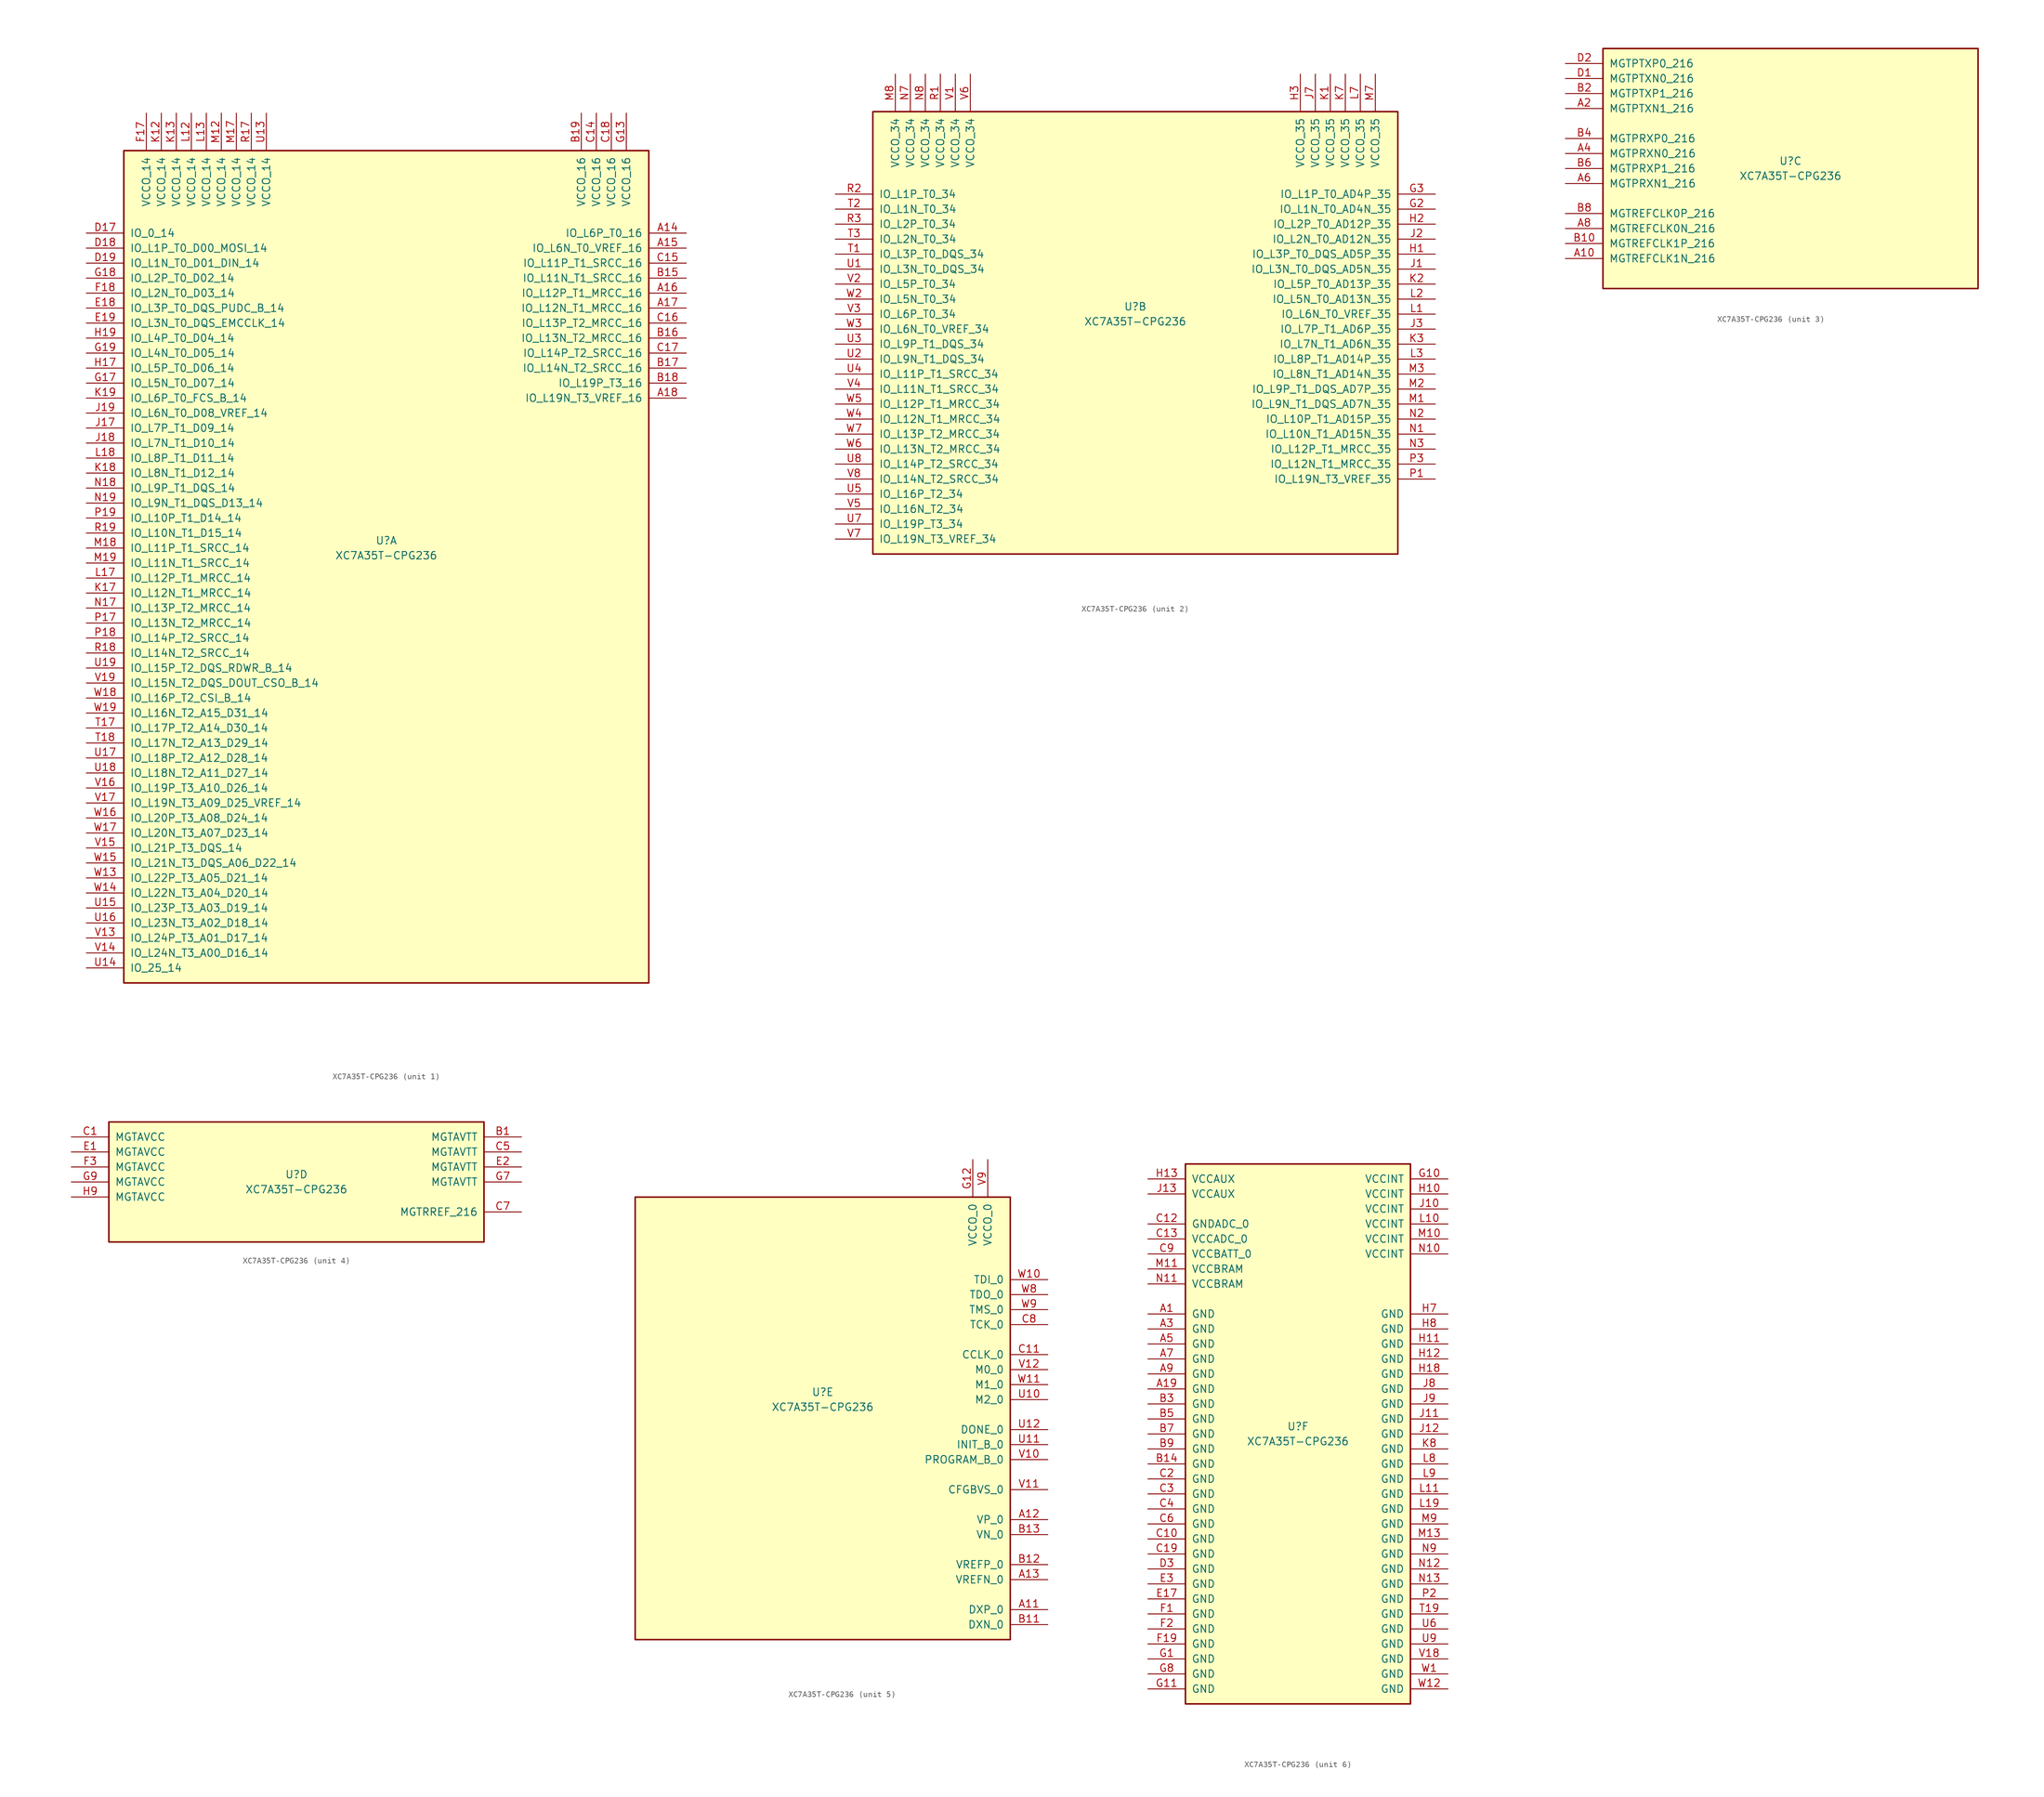
<source format=kicad_sym>
(kicad_symbol_lib
  (version 20231120)
  (generator "kicad_symbol_editor")
  (generator_version "8.0")
  (symbol "XC7A35T-CPG236"
    (pin_names
      (offset 1.016))
    (property "Reference" "U"
      (at 0 1.27 0)
      (effects (font (size 1.27 1.27))))
    (property "Value" "XC7A35T-CPG236"
      (at 0 -1.27 0)
      (effects (font (size 1.27 1.27))))
    (property "Datasheet" ""
      (at 0 0 0)
      (effects (font (size 1.27 1.27))))
    (property "ki_locked" ""
      (at 0 0 0)
      (effects (font (size 1.27 1.27))))
    (symbol "XC7A35T-CPG236_1_1"
      (rectangle (start -44.45 67.31) (end 44.45 -73.66) (stroke (width 0.254) (type solid)) (fill (type background)))
      (pin bidirectional line (at 50.8 53.34 180) (length 6.35) (name "IO_L6P_T0_16" (effects (font (size 1.27 1.27)))) (number "A14" (effects (font (size 1.27 1.27)))))
      (pin bidirectional line (at 50.8 50.8 180) (length 6.35) (name "IO_L6N_T0_VREF_16" (effects (font (size 1.27 1.27)))) (number "A15" (effects (font (size 1.27 1.27)))))
      (pin bidirectional line (at 50.8 43.18 180) (length 6.35) (name "IO_L12P_T1_MRCC_16" (effects (font (size 1.27 1.27)))) (number "A16" (effects (font (size 1.27 1.27)))))
      (pin bidirectional line (at 50.8 40.64 180) (length 6.35) (name "IO_L12N_T1_MRCC_16" (effects (font (size 1.27 1.27)))) (number "A17" (effects (font (size 1.27 1.27)))))
      (pin bidirectional line (at 50.8 25.4 180) (length 6.35) (name "IO_L19N_T3_VREF_16" (effects (font (size 1.27 1.27)))) (number "A18" (effects (font (size 1.27 1.27)))))
      (pin bidirectional line (at 50.8 45.72 180) (length 6.35) (name "IO_L11N_T1_SRCC_16" (effects (font (size 1.27 1.27)))) (number "B15" (effects (font (size 1.27 1.27)))))
      (pin bidirectional line (at 50.8 35.56 180) (length 6.35) (name "IO_L13N_T2_MRCC_16" (effects (font (size 1.27 1.27)))) (number "B16" (effects (font (size 1.27 1.27)))))
      (pin bidirectional line (at 50.8 30.48 180) (length 6.35) (name "IO_L14N_T2_SRCC_16" (effects (font (size 1.27 1.27)))) (number "B17" (effects (font (size 1.27 1.27)))))
      (pin bidirectional line (at 50.8 27.94 180) (length 6.35) (name "IO_L19P_T3_16" (effects (font (size 1.27 1.27)))) (number "B18" (effects (font (size 1.27 1.27)))))
      (pin power_in line (at 33.02 73.66 270) (length 6.35) (name "VCCO_16" (effects (font (size 1.27 1.27)))) (number "B19" (effects (font (size 1.27 1.27)))))
      (pin power_in line (at 35.56 73.66 270) (length 6.35) (name "VCCO_16" (effects (font (size 1.27 1.27)))) (number "C14" (effects (font (size 1.27 1.27)))))
      (pin bidirectional line (at 50.8 48.26 180) (length 6.35) (name "IO_L11P_T1_SRCC_16" (effects (font (size 1.27 1.27)))) (number "C15" (effects (font (size 1.27 1.27)))))
      (pin bidirectional line (at 50.8 38.1 180) (length 6.35) (name "IO_L13P_T2_MRCC_16" (effects (font (size 1.27 1.27)))) (number "C16" (effects (font (size 1.27 1.27)))))
      (pin bidirectional line (at 50.8 33.02 180) (length 6.35) (name "IO_L14P_T2_SRCC_16" (effects (font (size 1.27 1.27)))) (number "C17" (effects (font (size 1.27 1.27)))))
      (pin power_in line (at 38.1 73.66 270) (length 6.35) (name "VCCO_16" (effects (font (size 1.27 1.27)))) (number "C18" (effects (font (size 1.27 1.27)))))
      (pin bidirectional line (at -50.8 53.34 0) (length 6.35) (name "IO_0_14" (effects (font (size 1.27 1.27)))) (number "D17" (effects (font (size 1.27 1.27)))))
      (pin bidirectional line (at -50.8 50.8 0) (length 6.35) (name "IO_L1P_T0_D00_MOSI_14" (effects (font (size 1.27 1.27)))) (number "D18" (effects (font (size 1.27 1.27)))))
      (pin bidirectional line (at -50.8 48.26 0) (length 6.35) (name "IO_L1N_T0_D01_DIN_14" (effects (font (size 1.27 1.27)))) (number "D19" (effects (font (size 1.27 1.27)))))
      (pin bidirectional line (at -50.8 40.64 0) (length 6.35) (name "IO_L3P_T0_DQS_PUDC_B_14" (effects (font (size 1.27 1.27)))) (number "E18" (effects (font (size 1.27 1.27)))))
      (pin bidirectional line (at -50.8 38.1 0) (length 6.35) (name "IO_L3N_T0_DQS_EMCCLK_14" (effects (font (size 1.27 1.27)))) (number "E19" (effects (font (size 1.27 1.27)))))
      (pin power_in line (at -40.64 73.66 270) (length 6.35) (name "VCCO_14" (effects (font (size 1.27 1.27)))) (number "F17" (effects (font (size 1.27 1.27)))))
      (pin bidirectional line (at -50.8 43.18 0) (length 6.35) (name "IO_L2N_T0_D03_14" (effects (font (size 1.27 1.27)))) (number "F18" (effects (font (size 1.27 1.27)))))
      (pin power_in line (at 40.64 73.66 270) (length 6.35) (name "VCCO_16" (effects (font (size 1.27 1.27)))) (number "G13" (effects (font (size 1.27 1.27)))))
      (pin bidirectional line (at -50.8 27.94 0) (length 6.35) (name "IO_L5N_T0_D07_14" (effects (font (size 1.27 1.27)))) (number "G17" (effects (font (size 1.27 1.27)))))
      (pin bidirectional line (at -50.8 45.72 0) (length 6.35) (name "IO_L2P_T0_D02_14" (effects (font (size 1.27 1.27)))) (number "G18" (effects (font (size 1.27 1.27)))))
      (pin bidirectional line (at -50.8 33.02 0) (length 6.35) (name "IO_L4N_T0_D05_14" (effects (font (size 1.27 1.27)))) (number "G19" (effects (font (size 1.27 1.27)))))
      (pin bidirectional line (at -50.8 30.48 0) (length 6.35) (name "IO_L5P_T0_D06_14" (effects (font (size 1.27 1.27)))) (number "H17" (effects (font (size 1.27 1.27)))))
      (pin bidirectional line (at -50.8 35.56 0) (length 6.35) (name "IO_L4P_T0_D04_14" (effects (font (size 1.27 1.27)))) (number "H19" (effects (font (size 1.27 1.27)))))
      (pin bidirectional line (at -50.8 20.32 0) (length 6.35) (name "IO_L7P_T1_D09_14" (effects (font (size 1.27 1.27)))) (number "J17" (effects (font (size 1.27 1.27)))))
      (pin bidirectional line (at -50.8 17.78 0) (length 6.35) (name "IO_L7N_T1_D10_14" (effects (font (size 1.27 1.27)))) (number "J18" (effects (font (size 1.27 1.27)))))
      (pin bidirectional line (at -50.8 22.86 0) (length 6.35) (name "IO_L6N_T0_D08_VREF_14" (effects (font (size 1.27 1.27)))) (number "J19" (effects (font (size 1.27 1.27)))))
      (pin power_in line (at -38.1 73.66 270) (length 6.35) (name "VCCO_14" (effects (font (size 1.27 1.27)))) (number "K12" (effects (font (size 1.27 1.27)))))
      (pin power_in line (at -35.56 73.66 270) (length 6.35) (name "VCCO_14" (effects (font (size 1.27 1.27)))) (number "K13" (effects (font (size 1.27 1.27)))))
      (pin bidirectional line (at -50.8 -7.62 0) (length 6.35) (name "IO_L12N_T1_MRCC_14" (effects (font (size 1.27 1.27)))) (number "K17" (effects (font (size 1.27 1.27)))))
      (pin bidirectional line (at -50.8 12.7 0) (length 6.35) (name "IO_L8N_T1_D12_14" (effects (font (size 1.27 1.27)))) (number "K18" (effects (font (size 1.27 1.27)))))
      (pin bidirectional line (at -50.8 25.4 0) (length 6.35) (name "IO_L6P_T0_FCS_B_14" (effects (font (size 1.27 1.27)))) (number "K19" (effects (font (size 1.27 1.27)))))
      (pin power_in line (at -33.02 73.66 270) (length 6.35) (name "VCCO_14" (effects (font (size 1.27 1.27)))) (number "L12" (effects (font (size 1.27 1.27)))))
      (pin power_in line (at -30.48 73.66 270) (length 6.35) (name "VCCO_14" (effects (font (size 1.27 1.27)))) (number "L13" (effects (font (size 1.27 1.27)))))
      (pin bidirectional line (at -50.8 -5.08 0) (length 6.35) (name "IO_L12P_T1_MRCC_14" (effects (font (size 1.27 1.27)))) (number "L17" (effects (font (size 1.27 1.27)))))
      (pin bidirectional line (at -50.8 15.24 0) (length 6.35) (name "IO_L8P_T1_D11_14" (effects (font (size 1.27 1.27)))) (number "L18" (effects (font (size 1.27 1.27)))))
      (pin power_in line (at -27.94 73.66 270) (length 6.35) (name "VCCO_14" (effects (font (size 1.27 1.27)))) (number "M12" (effects (font (size 1.27 1.27)))))
      (pin power_in line (at -25.4 73.66 270) (length 6.35) (name "VCCO_14" (effects (font (size 1.27 1.27)))) (number "M17" (effects (font (size 1.27 1.27)))))
      (pin bidirectional line (at -50.8 0 0) (length 6.35) (name "IO_L11P_T1_SRCC_14" (effects (font (size 1.27 1.27)))) (number "M18" (effects (font (size 1.27 1.27)))))
      (pin bidirectional line (at -50.8 -2.54 0) (length 6.35) (name "IO_L11N_T1_SRCC_14" (effects (font (size 1.27 1.27)))) (number "M19" (effects (font (size 1.27 1.27)))))
      (pin bidirectional line (at -50.8 -10.16 0) (length 6.35) (name "IO_L13P_T2_MRCC_14" (effects (font (size 1.27 1.27)))) (number "N17" (effects (font (size 1.27 1.27)))))
      (pin bidirectional line (at -50.8 10.16 0) (length 6.35) (name "IO_L9P_T1_DQS_14" (effects (font (size 1.27 1.27)))) (number "N18" (effects (font (size 1.27 1.27)))))
      (pin bidirectional line (at -50.8 7.62 0) (length 6.35) (name "IO_L9N_T1_DQS_D13_14" (effects (font (size 1.27 1.27)))) (number "N19" (effects (font (size 1.27 1.27)))))
      (pin bidirectional line (at -50.8 -12.7 0) (length 6.35) (name "IO_L13N_T2_MRCC_14" (effects (font (size 1.27 1.27)))) (number "P17" (effects (font (size 1.27 1.27)))))
      (pin bidirectional line (at -50.8 -15.24 0) (length 6.35) (name "IO_L14P_T2_SRCC_14" (effects (font (size 1.27 1.27)))) (number "P18" (effects (font (size 1.27 1.27)))))
      (pin bidirectional line (at -50.8 5.08 0) (length 6.35) (name "IO_L10P_T1_D14_14" (effects (font (size 1.27 1.27)))) (number "P19" (effects (font (size 1.27 1.27)))))
      (pin power_in line (at -22.86 73.66 270) (length 6.35) (name "VCCO_14" (effects (font (size 1.27 1.27)))) (number "R17" (effects (font (size 1.27 1.27)))))
      (pin bidirectional line (at -50.8 -17.78 0) (length 6.35) (name "IO_L14N_T2_SRCC_14" (effects (font (size 1.27 1.27)))) (number "R18" (effects (font (size 1.27 1.27)))))
      (pin bidirectional line (at -50.8 2.54 0) (length 6.35) (name "IO_L10N_T1_D15_14" (effects (font (size 1.27 1.27)))) (number "R19" (effects (font (size 1.27 1.27)))))
      (pin bidirectional line (at -50.8 -30.48 0) (length 6.35) (name "IO_L17P_T2_A14_D30_14" (effects (font (size 1.27 1.27)))) (number "T17" (effects (font (size 1.27 1.27)))))
      (pin bidirectional line (at -50.8 -33.02 0) (length 6.35) (name "IO_L17N_T2_A13_D29_14" (effects (font (size 1.27 1.27)))) (number "T18" (effects (font (size 1.27 1.27)))))
      (pin power_in line (at -20.32 73.66 270) (length 6.35) (name "VCCO_14" (effects (font (size 1.27 1.27)))) (number "U13" (effects (font (size 1.27 1.27)))))
      (pin bidirectional line (at -50.8 -71.12 0) (length 6.35) (name "IO_25_14" (effects (font (size 1.27 1.27)))) (number "U14" (effects (font (size 1.27 1.27)))))
      (pin bidirectional line (at -50.8 -60.96 0) (length 6.35) (name "IO_L23P_T3_A03_D19_14" (effects (font (size 1.27 1.27)))) (number "U15" (effects (font (size 1.27 1.27)))))
      (pin bidirectional line (at -50.8 -63.5 0) (length 6.35) (name "IO_L23N_T3_A02_D18_14" (effects (font (size 1.27 1.27)))) (number "U16" (effects (font (size 1.27 1.27)))))
      (pin bidirectional line (at -50.8 -35.56 0) (length 6.35) (name "IO_L18P_T2_A12_D28_14" (effects (font (size 1.27 1.27)))) (number "U17" (effects (font (size 1.27 1.27)))))
      (pin bidirectional line (at -50.8 -38.1 0) (length 6.35) (name "IO_L18N_T2_A11_D27_14" (effects (font (size 1.27 1.27)))) (number "U18" (effects (font (size 1.27 1.27)))))
      (pin bidirectional line (at -50.8 -20.32 0) (length 6.35) (name "IO_L15P_T2_DQS_RDWR_B_14" (effects (font (size 1.27 1.27)))) (number "U19" (effects (font (size 1.27 1.27)))))
      (pin bidirectional line (at -50.8 -66.04 0) (length 6.35) (name "IO_L24P_T3_A01_D17_14" (effects (font (size 1.27 1.27)))) (number "V13" (effects (font (size 1.27 1.27)))))
      (pin bidirectional line (at -50.8 -68.58 0) (length 6.35) (name "IO_L24N_T3_A00_D16_14" (effects (font (size 1.27 1.27)))) (number "V14" (effects (font (size 1.27 1.27)))))
      (pin bidirectional line (at -50.8 -50.8 0) (length 6.35) (name "IO_L21P_T3_DQS_14" (effects (font (size 1.27 1.27)))) (number "V15" (effects (font (size 1.27 1.27)))))
      (pin bidirectional line (at -50.8 -40.64 0) (length 6.35) (name "IO_L19P_T3_A10_D26_14" (effects (font (size 1.27 1.27)))) (number "V16" (effects (font (size 1.27 1.27)))))
      (pin bidirectional line (at -50.8 -43.18 0) (length 6.35) (name "IO_L19N_T3_A09_D25_VREF_14" (effects (font (size 1.27 1.27)))) (number "V17" (effects (font (size 1.27 1.27)))))
      (pin bidirectional line (at -50.8 -22.86 0) (length 6.35) (name "IO_L15N_T2_DQS_DOUT_CSO_B_14" (effects (font (size 1.27 1.27)))) (number "V19" (effects (font (size 1.27 1.27)))))
      (pin bidirectional line (at -50.8 -55.88 0) (length 6.35) (name "IO_L22P_T3_A05_D21_14" (effects (font (size 1.27 1.27)))) (number "W13" (effects (font (size 1.27 1.27)))))
      (pin bidirectional line (at -50.8 -58.42 0) (length 6.35) (name "IO_L22N_T3_A04_D20_14" (effects (font (size 1.27 1.27)))) (number "W14" (effects (font (size 1.27 1.27)))))
      (pin bidirectional line (at -50.8 -53.34 0) (length 6.35) (name "IO_L21N_T3_DQS_A06_D22_14" (effects (font (size 1.27 1.27)))) (number "W15" (effects (font (size 1.27 1.27)))))
      (pin bidirectional line (at -50.8 -45.72 0) (length 6.35) (name "IO_L20P_T3_A08_D24_14" (effects (font (size 1.27 1.27)))) (number "W16" (effects (font (size 1.27 1.27)))))
      (pin bidirectional line (at -50.8 -48.26 0) (length 6.35) (name "IO_L20N_T3_A07_D23_14" (effects (font (size 1.27 1.27)))) (number "W17" (effects (font (size 1.27 1.27)))))
      (pin bidirectional line (at -50.8 -25.4 0) (length 6.35) (name "IO_L16P_T2_CSI_B_14" (effects (font (size 1.27 1.27)))) (number "W18" (effects (font (size 1.27 1.27)))))
      (pin bidirectional line (at -50.8 -27.94 0) (length 6.35) (name "IO_L16N_T2_A15_D31_14" (effects (font (size 1.27 1.27)))) (number "W19" (effects (font (size 1.27 1.27))))))
    (symbol "XC7A35T-CPG236_2_1"
      (rectangle (start -44.45 34.29) (end 44.45 -40.64) (stroke (width 0.254) (type solid)) (fill (type background)))
      (pin bidirectional line (at 50.8 17.78 180) (length 6.35) (name "IO_L1N_T0_AD4N_35" (effects (font (size 1.27 1.27)))) (number "G2" (effects (font (size 1.27 1.27)))))
      (pin bidirectional line (at 50.8 20.32 180) (length 6.35) (name "IO_L1P_T0_AD4P_35" (effects (font (size 1.27 1.27)))) (number "G3" (effects (font (size 1.27 1.27)))))
      (pin bidirectional line (at 50.8 10.16 180) (length 6.35) (name "IO_L3P_T0_DQS_AD5P_35" (effects (font (size 1.27 1.27)))) (number "H1" (effects (font (size 1.27 1.27)))))
      (pin bidirectional line (at 50.8 15.24 180) (length 6.35) (name "IO_L2P_T0_AD12P_35" (effects (font (size 1.27 1.27)))) (number "H2" (effects (font (size 1.27 1.27)))))
      (pin power_in line (at 27.94 40.64 270) (length 6.35) (name "VCCO_35" (effects (font (size 1.27 1.27)))) (number "H3" (effects (font (size 1.27 1.27)))))
      (pin bidirectional line (at 50.8 7.62 180) (length 6.35) (name "IO_L3N_T0_DQS_AD5N_35" (effects (font (size 1.27 1.27)))) (number "J1" (effects (font (size 1.27 1.27)))))
      (pin bidirectional line (at 50.8 12.7 180) (length 6.35) (name "IO_L2N_T0_AD12N_35" (effects (font (size 1.27 1.27)))) (number "J2" (effects (font (size 1.27 1.27)))))
      (pin bidirectional line (at 50.8 -2.54 180) (length 6.35) (name "IO_L7P_T1_AD6P_35" (effects (font (size 1.27 1.27)))) (number "J3" (effects (font (size 1.27 1.27)))))
      (pin power_in line (at 30.48 40.64 270) (length 6.35) (name "VCCO_35" (effects (font (size 1.27 1.27)))) (number "J7" (effects (font (size 1.27 1.27)))))
      (pin power_in line (at 33.02 40.64 270) (length 6.35) (name "VCCO_35" (effects (font (size 1.27 1.27)))) (number "K1" (effects (font (size 1.27 1.27)))))
      (pin bidirectional line (at 50.8 5.08 180) (length 6.35) (name "IO_L5P_T0_AD13P_35" (effects (font (size 1.27 1.27)))) (number "K2" (effects (font (size 1.27 1.27)))))
      (pin bidirectional line (at 50.8 -5.08 180) (length 6.35) (name "IO_L7N_T1_AD6N_35" (effects (font (size 1.27 1.27)))) (number "K3" (effects (font (size 1.27 1.27)))))
      (pin power_in line (at 35.56 40.64 270) (length 6.35) (name "VCCO_35" (effects (font (size 1.27 1.27)))) (number "K7" (effects (font (size 1.27 1.27)))))
      (pin bidirectional line (at 50.8 0 180) (length 6.35) (name "IO_L6N_T0_VREF_35" (effects (font (size 1.27 1.27)))) (number "L1" (effects (font (size 1.27 1.27)))))
      (pin bidirectional line (at 50.8 2.54 180) (length 6.35) (name "IO_L5N_T0_AD13N_35" (effects (font (size 1.27 1.27)))) (number "L2" (effects (font (size 1.27 1.27)))))
      (pin bidirectional line (at 50.8 -7.62 180) (length 6.35) (name "IO_L8P_T1_AD14P_35" (effects (font (size 1.27 1.27)))) (number "L3" (effects (font (size 1.27 1.27)))))
      (pin power_in line (at 38.1 40.64 270) (length 6.35) (name "VCCO_35" (effects (font (size 1.27 1.27)))) (number "L7" (effects (font (size 1.27 1.27)))))
      (pin bidirectional line (at 50.8 -15.24 180) (length 6.35) (name "IO_L9N_T1_DQS_AD7N_35" (effects (font (size 1.27 1.27)))) (number "M1" (effects (font (size 1.27 1.27)))))
      (pin bidirectional line (at 50.8 -12.7 180) (length 6.35) (name "IO_L9P_T1_DQS_AD7P_35" (effects (font (size 1.27 1.27)))) (number "M2" (effects (font (size 1.27 1.27)))))
      (pin bidirectional line (at 50.8 -10.16 180) (length 6.35) (name "IO_L8N_T1_AD14N_35" (effects (font (size 1.27 1.27)))) (number "M3" (effects (font (size 1.27 1.27)))))
      (pin power_in line (at 40.64 40.64 270) (length 6.35) (name "VCCO_35" (effects (font (size 1.27 1.27)))) (number "M7" (effects (font (size 1.27 1.27)))))
      (pin power_in line (at -40.64 40.64 270) (length 6.35) (name "VCCO_34" (effects (font (size 1.27 1.27)))) (number "M8" (effects (font (size 1.27 1.27)))))
      (pin bidirectional line (at 50.8 -20.32 180) (length 6.35) (name "IO_L10N_T1_AD15N_35" (effects (font (size 1.27 1.27)))) (number "N1" (effects (font (size 1.27 1.27)))))
      (pin bidirectional line (at 50.8 -17.78 180) (length 6.35) (name "IO_L10P_T1_AD15P_35" (effects (font (size 1.27 1.27)))) (number "N2" (effects (font (size 1.27 1.27)))))
      (pin bidirectional line (at 50.8 -22.86 180) (length 6.35) (name "IO_L12P_T1_MRCC_35" (effects (font (size 1.27 1.27)))) (number "N3" (effects (font (size 1.27 1.27)))))
      (pin power_in line (at -38.1 40.64 270) (length 6.35) (name "VCCO_34" (effects (font (size 1.27 1.27)))) (number "N7" (effects (font (size 1.27 1.27)))))
      (pin power_in line (at -35.56 40.64 270) (length 6.35) (name "VCCO_34" (effects (font (size 1.27 1.27)))) (number "N8" (effects (font (size 1.27 1.27)))))
      (pin bidirectional line (at 50.8 -27.94 180) (length 6.35) (name "IO_L19N_T3_VREF_35" (effects (font (size 1.27 1.27)))) (number "P1" (effects (font (size 1.27 1.27)))))
      (pin bidirectional line (at 50.8 -25.4 180) (length 6.35) (name "IO_L12N_T1_MRCC_35" (effects (font (size 1.27 1.27)))) (number "P3" (effects (font (size 1.27 1.27)))))
      (pin power_in line (at -33.02 40.64 270) (length 6.35) (name "VCCO_34" (effects (font (size 1.27 1.27)))) (number "R1" (effects (font (size 1.27 1.27)))))
      (pin bidirectional line (at -50.8 20.32 0) (length 6.35) (name "IO_L1P_T0_34" (effects (font (size 1.27 1.27)))) (number "R2" (effects (font (size 1.27 1.27)))))
      (pin bidirectional line (at -50.8 15.24 0) (length 6.35) (name "IO_L2P_T0_34" (effects (font (size 1.27 1.27)))) (number "R3" (effects (font (size 1.27 1.27)))))
      (pin bidirectional line (at -50.8 10.16 0) (length 6.35) (name "IO_L3P_T0_DQS_34" (effects (font (size 1.27 1.27)))) (number "T1" (effects (font (size 1.27 1.27)))))
      (pin bidirectional line (at -50.8 17.78 0) (length 6.35) (name "IO_L1N_T0_34" (effects (font (size 1.27 1.27)))) (number "T2" (effects (font (size 1.27 1.27)))))
      (pin bidirectional line (at -50.8 12.7 0) (length 6.35) (name "IO_L2N_T0_34" (effects (font (size 1.27 1.27)))) (number "T3" (effects (font (size 1.27 1.27)))))
      (pin bidirectional line (at -50.8 7.62 0) (length 6.35) (name "IO_L3N_T0_DQS_34" (effects (font (size 1.27 1.27)))) (number "U1" (effects (font (size 1.27 1.27)))))
      (pin bidirectional line (at -50.8 -7.62 0) (length 6.35) (name "IO_L9N_T1_DQS_34" (effects (font (size 1.27 1.27)))) (number "U2" (effects (font (size 1.27 1.27)))))
      (pin bidirectional line (at -50.8 -5.08 0) (length 6.35) (name "IO_L9P_T1_DQS_34" (effects (font (size 1.27 1.27)))) (number "U3" (effects (font (size 1.27 1.27)))))
      (pin bidirectional line (at -50.8 -10.16 0) (length 6.35) (name "IO_L11P_T1_SRCC_34" (effects (font (size 1.27 1.27)))) (number "U4" (effects (font (size 1.27 1.27)))))
      (pin bidirectional line (at -50.8 -30.48 0) (length 6.35) (name "IO_L16P_T2_34" (effects (font (size 1.27 1.27)))) (number "U5" (effects (font (size 1.27 1.27)))))
      (pin bidirectional line (at -50.8 -35.56 0) (length 6.35) (name "IO_L19P_T3_34" (effects (font (size 1.27 1.27)))) (number "U7" (effects (font (size 1.27 1.27)))))
      (pin bidirectional line (at -50.8 -25.4 0) (length 6.35) (name "IO_L14P_T2_SRCC_34" (effects (font (size 1.27 1.27)))) (number "U8" (effects (font (size 1.27 1.27)))))
      (pin power_in line (at -30.48 40.64 270) (length 6.35) (name "VCCO_34" (effects (font (size 1.27 1.27)))) (number "V1" (effects (font (size 1.27 1.27)))))
      (pin bidirectional line (at -50.8 5.08 0) (length 6.35) (name "IO_L5P_T0_34" (effects (font (size 1.27 1.27)))) (number "V2" (effects (font (size 1.27 1.27)))))
      (pin bidirectional line (at -50.8 0 0) (length 6.35) (name "IO_L6P_T0_34" (effects (font (size 1.27 1.27)))) (number "V3" (effects (font (size 1.27 1.27)))))
      (pin bidirectional line (at -50.8 -12.7 0) (length 6.35) (name "IO_L11N_T1_SRCC_34" (effects (font (size 1.27 1.27)))) (number "V4" (effects (font (size 1.27 1.27)))))
      (pin bidirectional line (at -50.8 -33.02 0) (length 6.35) (name "IO_L16N_T2_34" (effects (font (size 1.27 1.27)))) (number "V5" (effects (font (size 1.27 1.27)))))
      (pin power_in line (at -27.94 40.64 270) (length 6.35) (name "VCCO_34" (effects (font (size 1.27 1.27)))) (number "V6" (effects (font (size 1.27 1.27)))))
      (pin bidirectional line (at -50.8 -38.1 0) (length 6.35) (name "IO_L19N_T3_VREF_34" (effects (font (size 1.27 1.27)))) (number "V7" (effects (font (size 1.27 1.27)))))
      (pin bidirectional line (at -50.8 -27.94 0) (length 6.35) (name "IO_L14N_T2_SRCC_34" (effects (font (size 1.27 1.27)))) (number "V8" (effects (font (size 1.27 1.27)))))
      (pin bidirectional line (at -50.8 2.54 0) (length 6.35) (name "IO_L5N_T0_34" (effects (font (size 1.27 1.27)))) (number "W2" (effects (font (size 1.27 1.27)))))
      (pin bidirectional line (at -50.8 -2.54 0) (length 6.35) (name "IO_L6N_T0_VREF_34" (effects (font (size 1.27 1.27)))) (number "W3" (effects (font (size 1.27 1.27)))))
      (pin bidirectional line (at -50.8 -17.78 0) (length 6.35) (name "IO_L12N_T1_MRCC_34" (effects (font (size 1.27 1.27)))) (number "W4" (effects (font (size 1.27 1.27)))))
      (pin bidirectional line (at -50.8 -15.24 0) (length 6.35) (name "IO_L12P_T1_MRCC_34" (effects (font (size 1.27 1.27)))) (number "W5" (effects (font (size 1.27 1.27)))))
      (pin bidirectional line (at -50.8 -22.86 0) (length 6.35) (name "IO_L13N_T2_MRCC_34" (effects (font (size 1.27 1.27)))) (number "W6" (effects (font (size 1.27 1.27)))))
      (pin bidirectional line (at -50.8 -20.32 0) (length 6.35) (name "IO_L13P_T2_MRCC_34" (effects (font (size 1.27 1.27)))) (number "W7" (effects (font (size 1.27 1.27))))))
    (symbol "XC7A35T-CPG236_3_1"
      (rectangle (start -31.75 20.32) (end 31.75 -20.32) (stroke (width 0.254) (type solid)) (fill (type background)))
      (pin bidirectional line (at -38.1 -15.24 0) (length 6.35) (name "MGTREFCLK1N_216" (effects (font (size 1.27 1.27)))) (number "A10" (effects (font (size 1.27 1.27)))))
      (pin bidirectional line (at -38.1 10.16 0) (length 6.35) (name "MGTPTXN1_216" (effects (font (size 1.27 1.27)))) (number "A2" (effects (font (size 1.27 1.27)))))
      (pin bidirectional line (at -38.1 2.54 0) (length 6.35) (name "MGTPRXN0_216" (effects (font (size 1.27 1.27)))) (number "A4" (effects (font (size 1.27 1.27)))))
      (pin bidirectional line (at -38.1 -2.54 0) (length 6.35) (name "MGTPRXN1_216" (effects (font (size 1.27 1.27)))) (number "A6" (effects (font (size 1.27 1.27)))))
      (pin bidirectional line (at -38.1 -10.16 0) (length 6.35) (name "MGTREFCLK0N_216" (effects (font (size 1.27 1.27)))) (number "A8" (effects (font (size 1.27 1.27)))))
      (pin bidirectional line (at -38.1 -12.7 0) (length 6.35) (name "MGTREFCLK1P_216" (effects (font (size 1.27 1.27)))) (number "B10" (effects (font (size 1.27 1.27)))))
      (pin bidirectional line (at -38.1 12.7 0) (length 6.35) (name "MGTPTXP1_216" (effects (font (size 1.27 1.27)))) (number "B2" (effects (font (size 1.27 1.27)))))
      (pin bidirectional line (at -38.1 5.08 0) (length 6.35) (name "MGTPRXP0_216" (effects (font (size 1.27 1.27)))) (number "B4" (effects (font (size 1.27 1.27)))))
      (pin bidirectional line (at -38.1 0 0) (length 6.35) (name "MGTPRXP1_216" (effects (font (size 1.27 1.27)))) (number "B6" (effects (font (size 1.27 1.27)))))
      (pin bidirectional line (at -38.1 -7.62 0) (length 6.35) (name "MGTREFCLK0P_216" (effects (font (size 1.27 1.27)))) (number "B8" (effects (font (size 1.27 1.27)))))
      (pin bidirectional line (at -38.1 15.24 0) (length 6.35) (name "MGTPTXN0_216" (effects (font (size 1.27 1.27)))) (number "D1" (effects (font (size 1.27 1.27)))))
      (pin bidirectional line (at -38.1 17.78 0) (length 6.35) (name "MGTPTXP0_216" (effects (font (size 1.27 1.27)))) (number "D2" (effects (font (size 1.27 1.27))))))
    (symbol "XC7A35T-CPG236_4_1"
      (rectangle (start -31.75 10.16) (end 31.75 -10.16) (stroke (width 0.254) (type solid)) (fill (type background)))
      (pin power_in line (at 38.1 7.62 180) (length 6.35) (name "MGTAVTT" (effects (font (size 1.27 1.27)))) (number "B1" (effects (font (size 1.27 1.27)))))
      (pin power_in line (at -38.1 7.62 0) (length 6.35) (name "MGTAVCC" (effects (font (size 1.27 1.27)))) (number "C1" (effects (font (size 1.27 1.27)))))
      (pin power_in line (at 38.1 5.08 180) (length 6.35) (name "MGTAVTT" (effects (font (size 1.27 1.27)))) (number "C5" (effects (font (size 1.27 1.27)))))
      (pin power_in line (at 38.1 -5.08 180) (length 6.35) (name "MGTRREF_216" (effects (font (size 1.27 1.27)))) (number "C7" (effects (font (size 1.27 1.27)))))
      (pin power_in line (at -38.1 5.08 0) (length 6.35) (name "MGTAVCC" (effects (font (size 1.27 1.27)))) (number "E1" (effects (font (size 1.27 1.27)))))
      (pin power_in line (at 38.1 2.54 180) (length 6.35) (name "MGTAVTT" (effects (font (size 1.27 1.27)))) (number "E2" (effects (font (size 1.27 1.27)))))
      (pin power_in line (at -38.1 2.54 0) (length 6.35) (name "MGTAVCC" (effects (font (size 1.27 1.27)))) (number "F3" (effects (font (size 1.27 1.27)))))
      (pin power_in line (at 38.1 0 180) (length 6.35) (name "MGTAVTT" (effects (font (size 1.27 1.27)))) (number "G7" (effects (font (size 1.27 1.27)))))
      (pin power_in line (at -38.1 0 0) (length 6.35) (name "MGTAVCC" (effects (font (size 1.27 1.27)))) (number "G9" (effects (font (size 1.27 1.27)))))
      (pin power_in line (at -38.1 -2.54 0) (length 6.35) (name "MGTAVCC" (effects (font (size 1.27 1.27)))) (number "H9" (effects (font (size 1.27 1.27))))))
    (symbol "XC7A35T-CPG236_5_1"
      (rectangle (start -31.75 34.29) (end 31.75 -40.64) (stroke (width 0.254) (type solid)) (fill (type background)))
      (pin bidirectional line (at 38.1 -35.56 180) (length 6.35) (name "DXP_0" (effects (font (size 1.27 1.27)))) (number "A11" (effects (font (size 1.27 1.27)))))
      (pin bidirectional line (at 38.1 -20.32 180) (length 6.35) (name "VP_0" (effects (font (size 1.27 1.27)))) (number "A12" (effects (font (size 1.27 1.27)))))
      (pin bidirectional line (at 38.1 -30.48 180) (length 6.35) (name "VREFN_0" (effects (font (size 1.27 1.27)))) (number "A13" (effects (font (size 1.27 1.27)))))
      (pin bidirectional line (at 38.1 -38.1 180) (length 6.35) (name "DXN_0" (effects (font (size 1.27 1.27)))) (number "B11" (effects (font (size 1.27 1.27)))))
      (pin bidirectional line (at 38.1 -27.94 180) (length 6.35) (name "VREFP_0" (effects (font (size 1.27 1.27)))) (number "B12" (effects (font (size 1.27 1.27)))))
      (pin bidirectional line (at 38.1 -22.86 180) (length 6.35) (name "VN_0" (effects (font (size 1.27 1.27)))) (number "B13" (effects (font (size 1.27 1.27)))))
      (pin bidirectional line (at 38.1 7.62 180) (length 6.35) (name "CCLK_0" (effects (font (size 1.27 1.27)))) (number "C11" (effects (font (size 1.27 1.27)))))
      (pin bidirectional line (at 38.1 12.7 180) (length 6.35) (name "TCK_0" (effects (font (size 1.27 1.27)))) (number "C8" (effects (font (size 1.27 1.27)))))
      (pin power_in line (at 25.4 40.64 270) (length 6.35) (name "VCCO_0" (effects (font (size 1.27 1.27)))) (number "G12" (effects (font (size 1.27 1.27)))))
      (pin bidirectional line (at 38.1 0 180) (length 6.35) (name "M2_0" (effects (font (size 1.27 1.27)))) (number "U10" (effects (font (size 1.27 1.27)))))
      (pin bidirectional line (at 38.1 -7.62 180) (length 6.35) (name "INIT_B_0" (effects (font (size 1.27 1.27)))) (number "U11" (effects (font (size 1.27 1.27)))))
      (pin bidirectional line (at 38.1 -5.08 180) (length 6.35) (name "DONE_0" (effects (font (size 1.27 1.27)))) (number "U12" (effects (font (size 1.27 1.27)))))
      (pin bidirectional line (at 38.1 -10.16 180) (length 6.35) (name "PROGRAM_B_0" (effects (font (size 1.27 1.27)))) (number "V10" (effects (font (size 1.27 1.27)))))
      (pin bidirectional line (at 38.1 -15.24 180) (length 6.35) (name "CFGBVS_0" (effects (font (size 1.27 1.27)))) (number "V11" (effects (font (size 1.27 1.27)))))
      (pin bidirectional line (at 38.1 5.08 180) (length 6.35) (name "M0_0" (effects (font (size 1.27 1.27)))) (number "V12" (effects (font (size 1.27 1.27)))))
      (pin power_in line (at 27.94 40.64 270) (length 6.35) (name "VCCO_0" (effects (font (size 1.27 1.27)))) (number "V9" (effects (font (size 1.27 1.27)))))
      (pin bidirectional line (at 38.1 20.32 180) (length 6.35) (name "TDI_0" (effects (font (size 1.27 1.27)))) (number "W10" (effects (font (size 1.27 1.27)))))
      (pin bidirectional line (at 38.1 2.54 180) (length 6.35) (name "M1_0" (effects (font (size 1.27 1.27)))) (number "W11" (effects (font (size 1.27 1.27)))))
      (pin bidirectional line (at 38.1 17.78 180) (length 6.35) (name "TDO_0" (effects (font (size 1.27 1.27)))) (number "W8" (effects (font (size 1.27 1.27)))))
      (pin bidirectional line (at 38.1 15.24 180) (length 6.35) (name "TMS_0" (effects (font (size 1.27 1.27)))) (number "W9" (effects (font (size 1.27 1.27))))))
    (symbol "XC7A35T-CPG236_6_1"
      (rectangle (start -19.05 45.72) (end 19.05 -45.72) (stroke (width 0.254) (type solid)) (fill (type background)))
      (pin power_in line (at -25.4 20.32 0) (length 6.35) (name "GND" (effects (font (size 1.27 1.27)))) (number "A1" (effects (font (size 1.27 1.27)))))
      (pin power_in line (at -25.4 7.62 0) (length 6.35) (name "GND" (effects (font (size 1.27 1.27)))) (number "A19" (effects (font (size 1.27 1.27)))))
      (pin power_in line (at -25.4 17.78 0) (length 6.35) (name "GND" (effects (font (size 1.27 1.27)))) (number "A3" (effects (font (size 1.27 1.27)))))
      (pin power_in line (at -25.4 15.24 0) (length 6.35) (name "GND" (effects (font (size 1.27 1.27)))) (number "A5" (effects (font (size 1.27 1.27)))))
      (pin power_in line (at -25.4 12.7 0) (length 6.35) (name "GND" (effects (font (size 1.27 1.27)))) (number "A7" (effects (font (size 1.27 1.27)))))
      (pin power_in line (at -25.4 10.16 0) (length 6.35) (name "GND" (effects (font (size 1.27 1.27)))) (number "A9" (effects (font (size 1.27 1.27)))))
      (pin power_in line (at -25.4 -5.08 0) (length 6.35) (name "GND" (effects (font (size 1.27 1.27)))) (number "B14" (effects (font (size 1.27 1.27)))))
      (pin power_in line (at -25.4 5.08 0) (length 6.35) (name "GND" (effects (font (size 1.27 1.27)))) (number "B3" (effects (font (size 1.27 1.27)))))
      (pin power_in line (at -25.4 2.54 0) (length 6.35) (name "GND" (effects (font (size 1.27 1.27)))) (number "B5" (effects (font (size 1.27 1.27)))))
      (pin power_in line (at -25.4 0 0) (length 6.35) (name "GND" (effects (font (size 1.27 1.27)))) (number "B7" (effects (font (size 1.27 1.27)))))
      (pin power_in line (at -25.4 -2.54 0) (length 6.35) (name "GND" (effects (font (size 1.27 1.27)))) (number "B9" (effects (font (size 1.27 1.27)))))
      (pin power_in line (at -25.4 -17.78 0) (length 6.35) (name "GND" (effects (font (size 1.27 1.27)))) (number "C10" (effects (font (size 1.27 1.27)))))
      (pin power_in line (at -25.4 35.56 0) (length 6.35) (name "GNDADC_0" (effects (font (size 1.27 1.27)))) (number "C12" (effects (font (size 1.27 1.27)))))
      (pin power_in line (at -25.4 33.02 0) (length 6.35) (name "VCCADC_0" (effects (font (size 1.27 1.27)))) (number "C13" (effects (font (size 1.27 1.27)))))
      (pin power_in line (at -25.4 -20.32 0) (length 6.35) (name "GND" (effects (font (size 1.27 1.27)))) (number "C19" (effects (font (size 1.27 1.27)))))
      (pin power_in line (at -25.4 -7.62 0) (length 6.35) (name "GND" (effects (font (size 1.27 1.27)))) (number "C2" (effects (font (size 1.27 1.27)))))
      (pin power_in line (at -25.4 -10.16 0) (length 6.35) (name "GND" (effects (font (size 1.27 1.27)))) (number "C3" (effects (font (size 1.27 1.27)))))
      (pin power_in line (at -25.4 -12.7 0) (length 6.35) (name "GND" (effects (font (size 1.27 1.27)))) (number "C4" (effects (font (size 1.27 1.27)))))
      (pin power_in line (at -25.4 -15.24 0) (length 6.35) (name "GND" (effects (font (size 1.27 1.27)))) (number "C6" (effects (font (size 1.27 1.27)))))
      (pin power_in line (at -25.4 30.48 0) (length 6.35) (name "VCCBATT_0" (effects (font (size 1.27 1.27)))) (number "C9" (effects (font (size 1.27 1.27)))))
      (pin power_in line (at -25.4 -22.86 0) (length 6.35) (name "GND" (effects (font (size 1.27 1.27)))) (number "D3" (effects (font (size 1.27 1.27)))))
      (pin power_in line (at -25.4 -27.94 0) (length 6.35) (name "GND" (effects (font (size 1.27 1.27)))) (number "E17" (effects (font (size 1.27 1.27)))))
      (pin power_in line (at -25.4 -25.4 0) (length 6.35) (name "GND" (effects (font (size 1.27 1.27)))) (number "E3" (effects (font (size 1.27 1.27)))))
      (pin power_in line (at -25.4 -30.48 0) (length 6.35) (name "GND" (effects (font (size 1.27 1.27)))) (number "F1" (effects (font (size 1.27 1.27)))))
      (pin power_in line (at -25.4 -35.56 0) (length 6.35) (name "GND" (effects (font (size 1.27 1.27)))) (number "F19" (effects (font (size 1.27 1.27)))))
      (pin power_in line (at -25.4 -33.02 0) (length 6.35) (name "GND" (effects (font (size 1.27 1.27)))) (number "F2" (effects (font (size 1.27 1.27)))))
      (pin power_in line (at -25.4 -38.1 0) (length 6.35) (name "GND" (effects (font (size 1.27 1.27)))) (number "G1" (effects (font (size 1.27 1.27)))))
      (pin power_in line (at 25.4 43.18 180) (length 6.35) (name "VCCINT" (effects (font (size 1.27 1.27)))) (number "G10" (effects (font (size 1.27 1.27)))))
      (pin power_in line (at -25.4 -43.18 0) (length 6.35) (name "GND" (effects (font (size 1.27 1.27)))) (number "G11" (effects (font (size 1.27 1.27)))))
      (pin power_in line (at -25.4 -40.64 0) (length 6.35) (name "GND" (effects (font (size 1.27 1.27)))) (number "G8" (effects (font (size 1.27 1.27)))))
      (pin power_in line (at 25.4 40.64 180) (length 6.35) (name "VCCINT" (effects (font (size 1.27 1.27)))) (number "H10" (effects (font (size 1.27 1.27)))))
      (pin power_in line (at 25.4 15.24 180) (length 6.35) (name "GND" (effects (font (size 1.27 1.27)))) (number "H11" (effects (font (size 1.27 1.27)))))
      (pin power_in line (at 25.4 12.7 180) (length 6.35) (name "GND" (effects (font (size 1.27 1.27)))) (number "H12" (effects (font (size 1.27 1.27)))))
      (pin power_in line (at -25.4 43.18 0) (length 6.35) (name "VCCAUX" (effects (font (size 1.27 1.27)))) (number "H13" (effects (font (size 1.27 1.27)))))
      (pin power_in line (at 25.4 10.16 180) (length 6.35) (name "GND" (effects (font (size 1.27 1.27)))) (number "H18" (effects (font (size 1.27 1.27)))))
      (pin power_in line (at 25.4 20.32 180) (length 6.35) (name "GND" (effects (font (size 1.27 1.27)))) (number "H7" (effects (font (size 1.27 1.27)))))
      (pin power_in line (at 25.4 17.78 180) (length 6.35) (name "GND" (effects (font (size 1.27 1.27)))) (number "H8" (effects (font (size 1.27 1.27)))))
      (pin power_in line (at 25.4 38.1 180) (length 6.35) (name "VCCINT" (effects (font (size 1.27 1.27)))) (number "J10" (effects (font (size 1.27 1.27)))))
      (pin power_in line (at 25.4 2.54 180) (length 6.35) (name "GND" (effects (font (size 1.27 1.27)))) (number "J11" (effects (font (size 1.27 1.27)))))
      (pin power_in line (at 25.4 0 180) (length 6.35) (name "GND" (effects (font (size 1.27 1.27)))) (number "J12" (effects (font (size 1.27 1.27)))))
      (pin power_in line (at -25.4 40.64 0) (length 6.35) (name "VCCAUX" (effects (font (size 1.27 1.27)))) (number "J13" (effects (font (size 1.27 1.27)))))
      (pin power_in line (at 25.4 7.62 180) (length 6.35) (name "GND" (effects (font (size 1.27 1.27)))) (number "J8" (effects (font (size 1.27 1.27)))))
      (pin power_in line (at 25.4 5.08 180) (length 6.35) (name "GND" (effects (font (size 1.27 1.27)))) (number "J9" (effects (font (size 1.27 1.27)))))
      (pin power_in line (at 25.4 -2.54 180) (length 6.35) (name "GND" (effects (font (size 1.27 1.27)))) (number "K8" (effects (font (size 1.27 1.27)))))
      (pin power_in line (at 25.4 35.56 180) (length 6.35) (name "VCCINT" (effects (font (size 1.27 1.27)))) (number "L10" (effects (font (size 1.27 1.27)))))
      (pin power_in line (at 25.4 -10.16 180) (length 6.35) (name "GND" (effects (font (size 1.27 1.27)))) (number "L11" (effects (font (size 1.27 1.27)))))
      (pin power_in line (at 25.4 -12.7 180) (length 6.35) (name "GND" (effects (font (size 1.27 1.27)))) (number "L19" (effects (font (size 1.27 1.27)))))
      (pin power_in line (at 25.4 -5.08 180) (length 6.35) (name "GND" (effects (font (size 1.27 1.27)))) (number "L8" (effects (font (size 1.27 1.27)))))
      (pin power_in line (at 25.4 -7.62 180) (length 6.35) (name "GND" (effects (font (size 1.27 1.27)))) (number "L9" (effects (font (size 1.27 1.27)))))
      (pin power_in line (at 25.4 33.02 180) (length 6.35) (name "VCCINT" (effects (font (size 1.27 1.27)))) (number "M10" (effects (font (size 1.27 1.27)))))
      (pin power_in line (at -25.4 27.94 0) (length 6.35) (name "VCCBRAM" (effects (font (size 1.27 1.27)))) (number "M11" (effects (font (size 1.27 1.27)))))
      (pin power_in line (at 25.4 -17.78 180) (length 6.35) (name "GND" (effects (font (size 1.27 1.27)))) (number "M13" (effects (font (size 1.27 1.27)))))
      (pin power_in line (at 25.4 -15.24 180) (length 6.35) (name "GND" (effects (font (size 1.27 1.27)))) (number "M9" (effects (font (size 1.27 1.27)))))
      (pin power_in line (at 25.4 30.48 180) (length 6.35) (name "VCCINT" (effects (font (size 1.27 1.27)))) (number "N10" (effects (font (size 1.27 1.27)))))
      (pin power_in line (at -25.4 25.4 0) (length 6.35) (name "VCCBRAM" (effects (font (size 1.27 1.27)))) (number "N11" (effects (font (size 1.27 1.27)))))
      (pin power_in line (at 25.4 -22.86 180) (length 6.35) (name "GND" (effects (font (size 1.27 1.27)))) (number "N12" (effects (font (size 1.27 1.27)))))
      (pin power_in line (at 25.4 -25.4 180) (length 6.35) (name "GND" (effects (font (size 1.27 1.27)))) (number "N13" (effects (font (size 1.27 1.27)))))
      (pin power_in line (at 25.4 -20.32 180) (length 6.35) (name "GND" (effects (font (size 1.27 1.27)))) (number "N9" (effects (font (size 1.27 1.27)))))
      (pin power_in line (at 25.4 -27.94 180) (length 6.35) (name "GND" (effects (font (size 1.27 1.27)))) (number "P2" (effects (font (size 1.27 1.27)))))
      (pin power_in line (at 25.4 -30.48 180) (length 6.35) (name "GND" (effects (font (size 1.27 1.27)))) (number "T19" (effects (font (size 1.27 1.27)))))
      (pin power_in line (at 25.4 -33.02 180) (length 6.35) (name "GND" (effects (font (size 1.27 1.27)))) (number "U6" (effects (font (size 1.27 1.27)))))
      (pin power_in line (at 25.4 -35.56 180) (length 6.35) (name "GND" (effects (font (size 1.27 1.27)))) (number "U9" (effects (font (size 1.27 1.27)))))
      (pin power_in line (at 25.4 -38.1 180) (length 6.35) (name "GND" (effects (font (size 1.27 1.27)))) (number "V18" (effects (font (size 1.27 1.27)))))
      (pin power_in line (at 25.4 -40.64 180) (length 6.35) (name "GND" (effects (font (size 1.27 1.27)))) (number "W1" (effects (font (size 1.27 1.27)))))
      (pin power_in line (at 25.4 -43.18 180) (length 6.35) (name "GND" (effects (font (size 1.27 1.27)))) (number "W12" (effects (font (size 1.27 1.27))))))))
</source>
